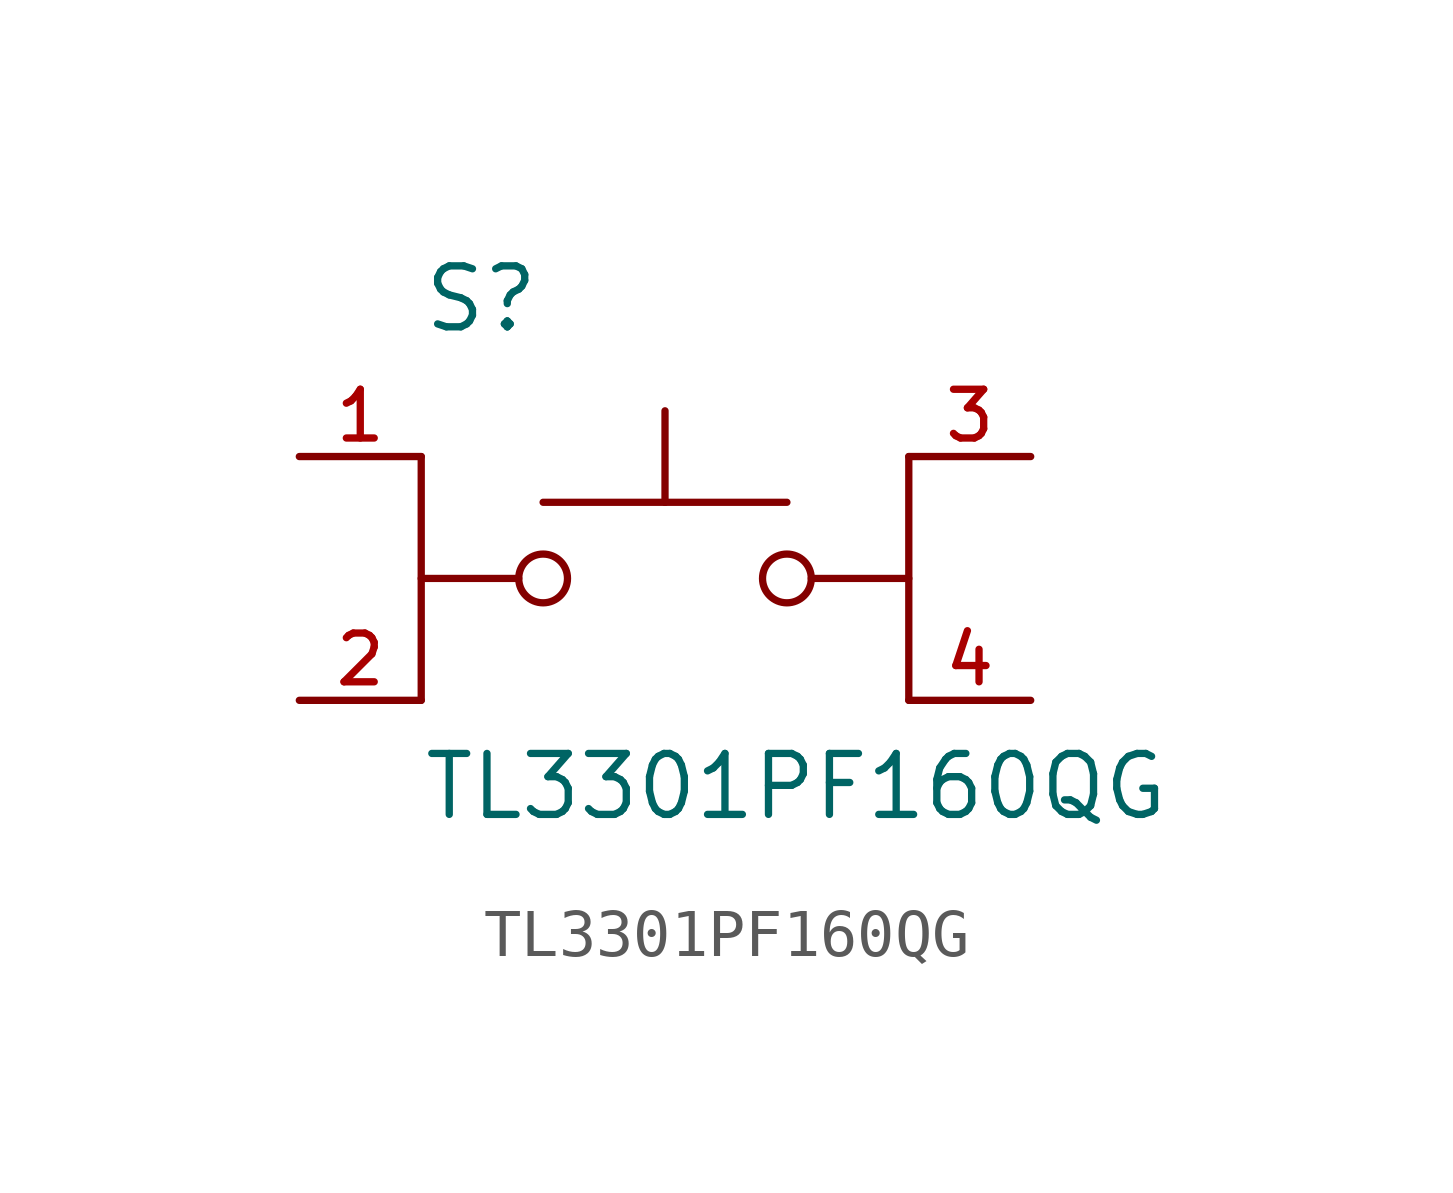
<source format=kicad_sym>
(kicad_symbol_lib
  (version 20211014)
  (generator kicad_symbol_editor)
  (symbol "TL3301PF160QG"
    (pin_names
      (offset 1.016))
    (property "Reference" "S"
      (at -5.08 5.08 0)
      (effects (font (size 1.27 1.27)) (justify bottom left)))
    (property "Value" "TL3301PF160QG"
      (at -5.08 -5.08 0)
      (effects (font (size 1.27 1.27)) (justify bottom left)))
    (symbol "TL3301PF160QG_0_0"
      (circle (center 2.54 0.0) (radius 0.508) (stroke (width 0.152)) (fill (type none)))
      (polyline (pts (xy 5.08 0.0) (xy 3.048 0.0)) (stroke (width 0.152)))
      (polyline (pts (xy -5.08 0.0) (xy -3.048 0.0)) (stroke (width 0.152)))
      (circle (center -2.54 0.0) (radius 0.508) (stroke (width 0.152)) (fill (type none)))
      (polyline (pts (xy -2.54 1.587) (xy 0.0 1.587)) (stroke (width 0.152)))
      (polyline (pts (xy 0.0 1.587) (xy 2.54 1.587)) (stroke (width 0.152)))
      (polyline (pts (xy 0.0 1.587) (xy 0.0 3.493)) (stroke (width 0.152)))
      (polyline (pts (xy -5.08 2.54) (xy -5.08 -2.54)) (stroke (width 0.152)))
      (polyline (pts (xy 5.08 2.54) (xy 5.08 -2.54)) (stroke (width 0.152)))
      (pin passive line (at -7.62 2.54 0) (length 2.54) (name "~" (effects (font (size 1.016 1.016)))) (number "1" (effects (font (size 1.016 1.016)))))
      (pin passive line (at -7.62 -2.54 0) (length 2.54) (name "~" (effects (font (size 1.016 1.016)))) (number "2" (effects (font (size 1.016 1.016)))))
      (pin passive line (at 7.62 2.54 180.0) (length 2.54) (name "~" (effects (font (size 1.016 1.016)))) (number "3" (effects (font (size 1.016 1.016)))))
      (pin passive line (at 7.62 -2.54 180.0) (length 2.54) (name "~" (effects (font (size 1.016 1.016)))) (number "4" (effects (font (size 1.016 1.016))))))))
</source>
